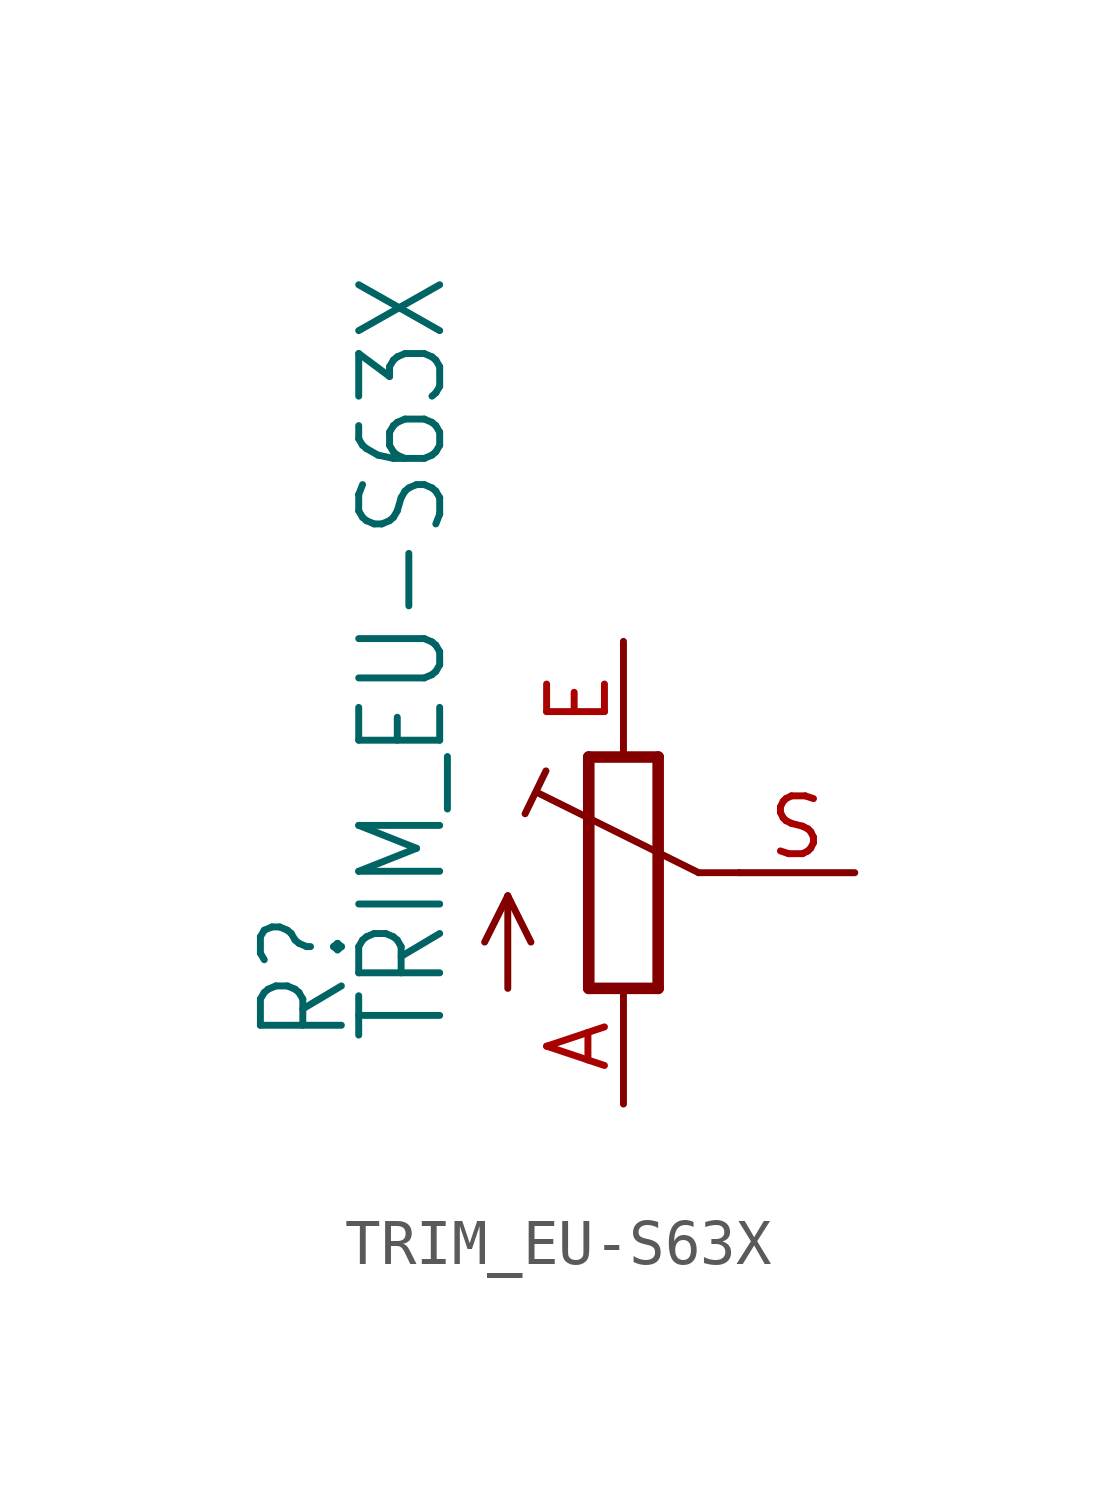
<source format=kicad_sym>
(kicad_symbol_lib
  (version 20211014)
  (generator kicad_symbol_editor)
  (symbol "TRIM_EU-S63X"
    (property "Reference" "R"
      (at -5.969 -3.81 90)
      (effects (font (size 1.778 1.511)) (justify left bottom)))
    (property "Value" "TRIM_EU-S63X"
      (at -3.81 -3.81 90)
      (effects (font (size 1.778 1.511)) (justify left bottom)))
    (property "ki_locked" ""
      (at 0 0 0)
      (effects (font (size 1.27 1.27))))
    (symbol "TRIM_EU-S63X_1_0"
      (polyline (pts (xy -2.54 -2.54) (xy -2.54 -0.508)) (stroke (width 0.152) (type default) (color 0 0 0 0)) (fill (type none)))
      (polyline (pts (xy -2.54 -0.508) (xy -3.048 -1.524)) (stroke (width 0.152) (type default) (color 0 0 0 0)) (fill (type none)))
      (polyline (pts (xy -2.54 -0.508) (xy -2.032 -1.524)) (stroke (width 0.152) (type default) (color 0 0 0 0)) (fill (type none)))
      (polyline (pts (xy -2.16 1.294) (xy -1.702 2.235)) (stroke (width 0.152) (type default) (color 0 0 0 0)) (fill (type none)))
      (polyline (pts (xy -0.762 -2.54) (xy 0.762 -2.54)) (stroke (width 0.254) (type default) (color 0 0 0 0)) (fill (type none)))
      (polyline (pts (xy -0.762 2.54) (xy -0.762 -2.54)) (stroke (width 0.254) (type default) (color 0 0 0 0)) (fill (type none)))
      (polyline (pts (xy 0.762 -2.54) (xy 0.762 2.54)) (stroke (width 0.254) (type default) (color 0 0 0 0)) (fill (type none)))
      (polyline (pts (xy 0.762 2.54) (xy -0.762 2.54)) (stroke (width 0.254) (type default) (color 0 0 0 0)) (fill (type none)))
      (polyline (pts (xy 1.651 0) (xy -1.88 1.753)) (stroke (width 0.152) (type default) (color 0 0 0 0)) (fill (type none)))
      (polyline (pts (xy 2.54 0) (xy 1.651 0)) (stroke (width 0.152) (type default) (color 0 0 0 0)) (fill (type none)))
      (pin passive line (at 0 -5.08 90) (length 2.54) (name "A" (effects (font (size 0 0)))) (number "A" (effects (font (size 1.27 1.27)))))
      (pin passive line (at 0 5.08 270) (length 2.54) (name "E" (effects (font (size 0 0)))) (number "E" (effects (font (size 1.27 1.27)))))
      (pin passive line (at 5.08 0 180) (length 2.54) (name "S" (effects (font (size 0 0)))) (number "S" (effects (font (size 1.27 1.27))))))))
</source>
